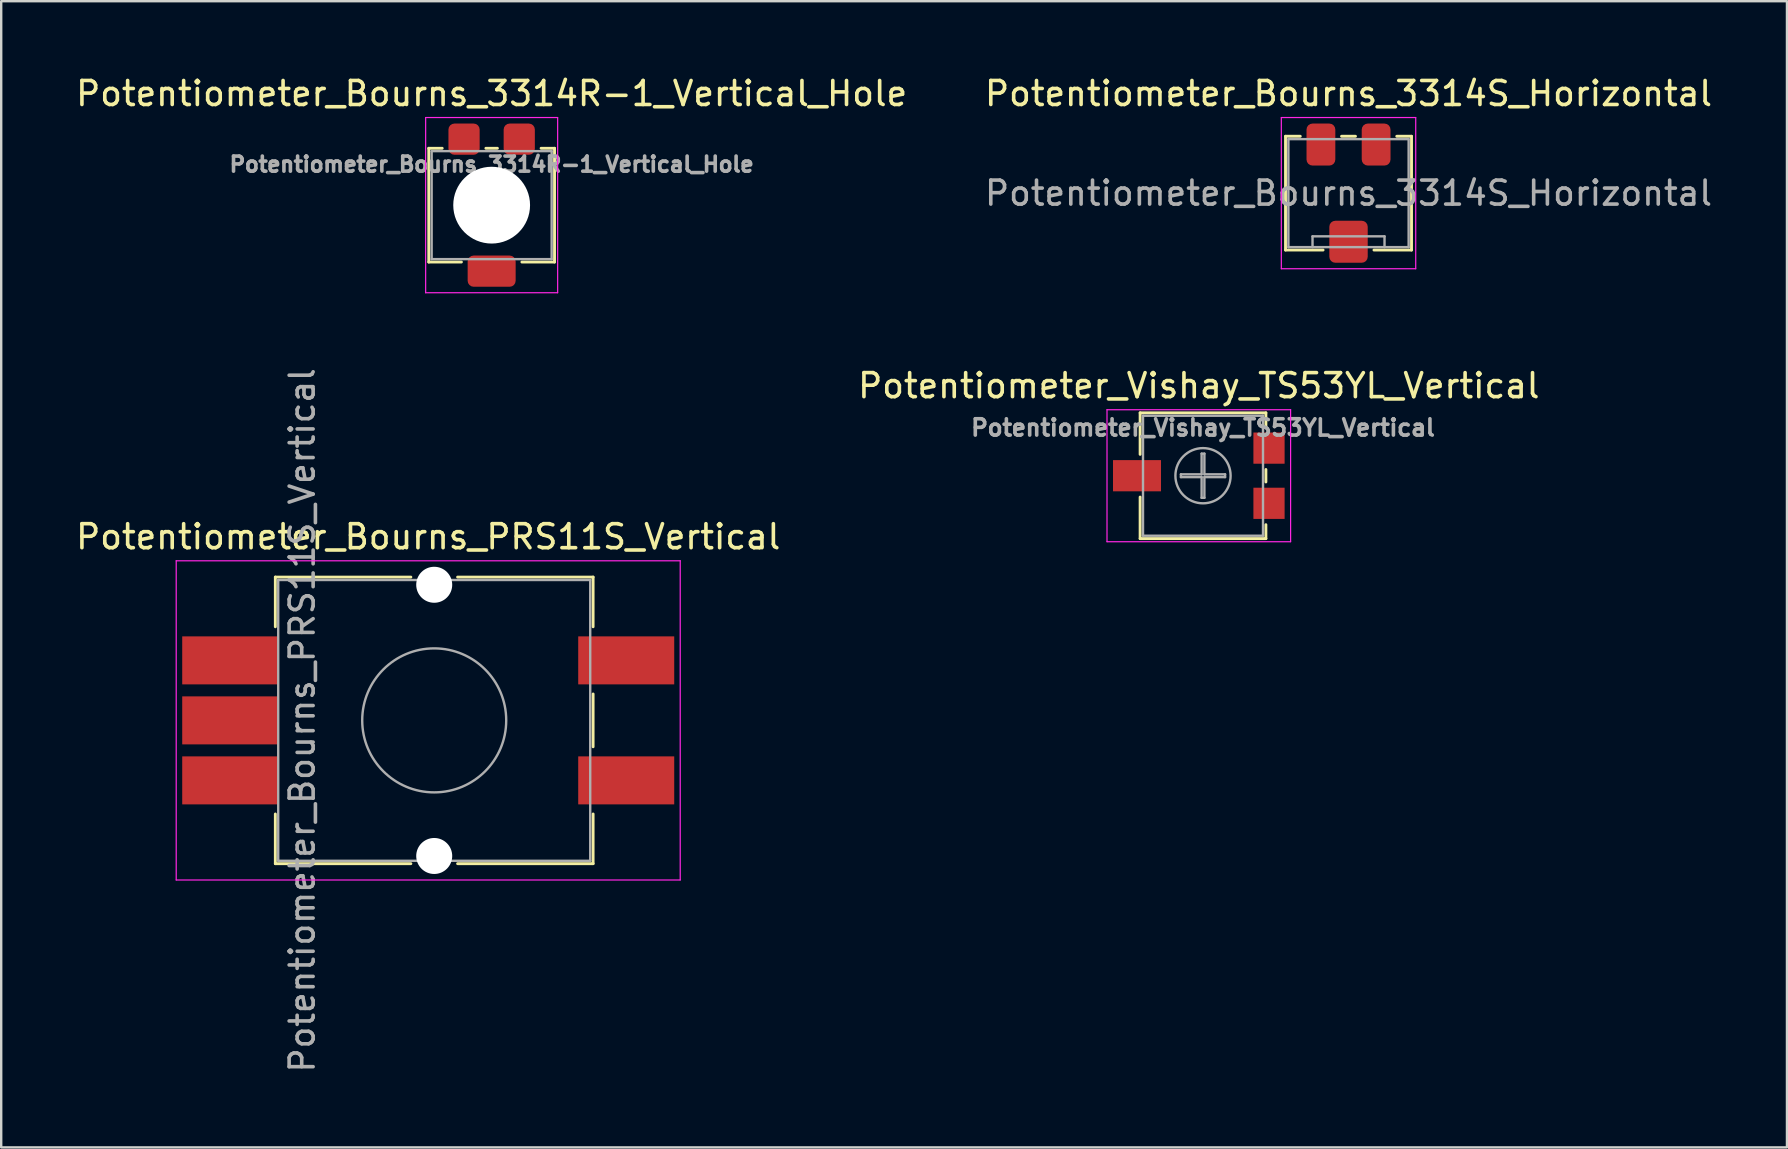
<source format=kicad_pcb>
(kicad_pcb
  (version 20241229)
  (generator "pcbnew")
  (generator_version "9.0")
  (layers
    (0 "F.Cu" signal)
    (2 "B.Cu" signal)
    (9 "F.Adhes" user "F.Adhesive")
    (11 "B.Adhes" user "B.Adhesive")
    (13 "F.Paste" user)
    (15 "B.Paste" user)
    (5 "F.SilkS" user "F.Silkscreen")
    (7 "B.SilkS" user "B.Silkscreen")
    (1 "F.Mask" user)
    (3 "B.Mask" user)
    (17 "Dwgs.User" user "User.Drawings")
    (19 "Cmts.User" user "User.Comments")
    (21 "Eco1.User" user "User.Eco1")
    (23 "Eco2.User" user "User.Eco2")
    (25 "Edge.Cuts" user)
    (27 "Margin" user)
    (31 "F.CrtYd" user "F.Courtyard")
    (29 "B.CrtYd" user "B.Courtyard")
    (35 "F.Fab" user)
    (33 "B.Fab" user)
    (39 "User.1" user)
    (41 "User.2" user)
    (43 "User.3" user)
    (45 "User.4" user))
  (footprint "Potentiometer_Bourns_PRS11S_Vertical"
    (layer "F.Cu")
    (at 14.792 26.965)
    (property "Reference" "Potentiometer_Bourns_PRS11S_Vertical" (at 0 -7.65 0) (layer "F.SilkS") (effects (font (size 1 1) (thickness 0.15))))
    (attr smd)
    (fp_line (start -6.37 -5.97) (end -6.37 -3.9) (stroke (width 0.12) (type solid)) (layer "F.SilkS"))
    (fp_line (start -6.37 -5.97) (end -0.723 -5.97) (stroke (width 0.12) (type solid)) (layer "F.SilkS"))
    (fp_line (start -6.37 3.9) (end -6.37 5.97) (stroke (width 0.12) (type solid)) (layer "F.SilkS"))
    (fp_line (start -6.37 5.97) (end -0.723 5.97) (stroke (width 0.12) (type solid)) (layer "F.SilkS"))
    (fp_line (start 1.224 -5.97) (end 6.87 -5.97) (stroke (width 0.12) (type solid)) (layer "F.SilkS"))
    (fp_line (start 1.224 5.97) (end 6.87 5.97) (stroke (width 0.12) (type solid)) (layer "F.SilkS"))
    (fp_line (start 6.87 -5.97) (end 6.87 -3.9) (stroke (width 0.12) (type solid)) (layer "F.SilkS"))
    (fp_line (start 6.87 -1.1) (end 6.87 1.1) (stroke (width 0.12) (type solid)) (layer "F.SilkS"))
    (fp_line (start 6.87 3.9) (end 6.87 5.97) (stroke (width 0.12) (type solid)) (layer "F.SilkS"))
    (fp_line (start -10.5 -6.65) (end -10.5 6.65) (stroke (width 0.05) (type solid)) (layer "F.CrtYd"))
    (fp_line (start -10.5 6.65) (end 10.5 6.65) (stroke (width 0.05) (type solid)) (layer "F.CrtYd"))
    (fp_line (start 10.5 -6.65) (end -10.5 -6.65) (stroke (width 0.05) (type solid)) (layer "F.CrtYd"))
    (fp_line (start 10.5 6.65) (end 10.5 -6.65) (stroke (width 0.05) (type solid)) (layer "F.CrtYd"))
    (fp_line (start -6.25 -5.85) (end -6.25 5.85) (stroke (width 0.1) (type solid)) (layer "F.Fab"))
    (fp_line (start -6.25 5.85) (end 6.75 5.85) (stroke (width 0.1) (type solid)) (layer "F.Fab"))
    (fp_line (start 6.75 -5.85) (end -6.25 -5.85) (stroke (width 0.1) (type solid)) (layer "F.Fab"))
    (fp_line (start 6.75 5.85) (end 6.75 -5.85) (stroke (width 0.1) (type solid)) (layer "F.Fab"))
    (fp_circle (center 0.25 0) (end 3.25 0) (stroke (width 0.1) (type solid)) (fill no) (layer "F.Fab"))
    (fp_text user "${REFERENCE}" (at -5.25 0 90) (layer "F.Fab") (effects (font (size 1 1) (thickness 0.15))))
    (pad "" np_thru_hole circle (at 0.25 -5.65) (size 1.5 1.5) (drill 1.5) (layers "*.Cu" "*.Mask"))
    (pad "" np_thru_hole circle (at 0.25 5.65) (size 1.5 1.5) (drill 1.5) (layers "*.Cu" "*.Mask"))
    (pad "1" smd rect (at -8.25 -2.5) (size 4 2) (layers "F.Cu" "F.Mask" "F.Paste"))
    (pad "2" smd rect (at -8.25 0) (size 4 2) (layers "F.Cu" "F.Mask" "F.Paste"))
    (pad "3" smd rect (at -8.25 2.5) (size 4 2) (layers "F.Cu" "F.Mask" "F.Paste"))
    (pad "4" smd rect (at 8.25 -2.5) (size 4 2) (layers "F.Cu" "F.Mask" "F.Paste"))
    (pad "5" smd rect (at 8.25 2.5) (size 4 2) (layers "F.Cu" "F.Mask" "F.Paste")))
  (footprint "Potentiometer_Bourns_3314S_Horizontal"
    (layer "F.Cu")
    (at 53.137 4.998)
    (property "Reference" "Potentiometer_Bourns_3314S_Horizontal" (at 0 -4.15 0) (layer "F.SilkS") (effects (font (size 1 1) (thickness 0.15))))
    (attr smd)
    (fp_line (start -2.625 -2.37) (end -2.625 2.37) (stroke (width 0.12) (type solid)) (layer "F.SilkS"))
    (fp_line (start -2.625 -2.37) (end -2.01 -2.37) (stroke (width 0.12) (type solid)) (layer "F.SilkS"))
    (fp_line (start -2.625 2.37) (end -1.06 2.37) (stroke (width 0.12) (type solid)) (layer "F.SilkS"))
    (fp_line (start -0.29 -2.37) (end 0.29 -2.37) (stroke (width 0.12) (type solid)) (layer "F.SilkS"))
    (fp_line (start 1.06 2.37) (end 2.625 2.37) (stroke (width 0.12) (type solid)) (layer "F.SilkS"))
    (fp_line (start 2.01 -2.37) (end 2.625 -2.37) (stroke (width 0.12) (type solid)) (layer "F.SilkS"))
    (fp_line (start 2.625 -2.37) (end 2.625 2.37) (stroke (width 0.12) (type solid)) (layer "F.SilkS"))
    (fp_line (start -2.8 -3.15) (end -2.8 3.15) (stroke (width 0.05) (type solid)) (layer "F.CrtYd"))
    (fp_line (start -2.8 3.15) (end 2.8 3.15) (stroke (width 0.05) (type solid)) (layer "F.CrtYd"))
    (fp_line (start 2.8 -3.15) (end -2.8 -3.15) (stroke (width 0.05) (type solid)) (layer "F.CrtYd"))
    (fp_line (start 2.8 3.15) (end 2.8 -3.15) (stroke (width 0.05) (type solid)) (layer "F.CrtYd"))
    (fp_line (start -2.505 -2.25) (end -2.505 2.25) (stroke (width 0.1) (type solid)) (layer "F.Fab"))
    (fp_line (start -2.505 2.25) (end 2.505 2.25) (stroke (width 0.1) (type solid)) (layer "F.Fab"))
    (fp_line (start -1.5 1.8) (end -1.5 2.25) (stroke (width 0.1) (type solid)) (layer "F.Fab"))
    (fp_line (start 1.5 1.8) (end -1.5 1.8) (stroke (width 0.1) (type solid)) (layer "F.Fab"))
    (fp_line (start 1.5 1.8) (end 1.5 2.25) (stroke (width 0.1) (type solid)) (layer "F.Fab"))
    (fp_line (start 2.505 -2.25) (end -2.505 -2.25) (stroke (width 0.1) (type solid)) (layer "F.Fab"))
    (fp_line (start 2.505 2.25) (end 2.505 -2.25) (stroke (width 0.1) (type solid)) (layer "F.Fab"))
    (fp_text user "${REFERENCE}" (at 0 0 0) (layer "F.Fab") (effects (font (size 1 1) (thickness 0.15))))
    (pad "1" smd roundrect (at -1.15 -2.025) (size 1.2 1.75) (layers "F.Cu" "F.Mask" "F.Paste") (roundrect_rratio 0.208))
    (pad "2" smd roundrect (at 0 2.025) (size 1.6 1.75) (layers "F.Cu" "F.Mask" "F.Paste") (roundrect_rratio 0.156))
    (pad "3" smd roundrect (at 1.15 -2.025) (size 1.2 1.75) (layers "F.Cu" "F.Mask" "F.Paste") (roundrect_rratio 0.211)))
  (footprint "Potentiometer_Vishay_TS53YL_Vertical"
    (layer "F.Cu")
    (at 47.074 16.771)
    (property "Reference" "Potentiometer_Vishay_TS53YL_Vertical" (at -0.175 -3.75 0) (layer "F.SilkS") (effects (font (size 1 1) (thickness 0.15))))
    (attr smd)
    (fp_line (start -2.62 -2.62) (end -2.62 -0.89) (stroke (width 0.12) (type solid)) (layer "F.SilkS"))
    (fp_line (start -2.62 -2.62) (end 2.62 -2.62) (stroke (width 0.12) (type solid)) (layer "F.SilkS"))
    (fp_line (start -2.62 0.89) (end -2.62 2.62) (stroke (width 0.12) (type solid)) (layer "F.SilkS"))
    (fp_line (start -2.62 2.62) (end 2.62 2.62) (stroke (width 0.12) (type solid)) (layer "F.SilkS"))
    (fp_line (start 2.62 -2.62) (end 2.62 -2.039) (stroke (width 0.12) (type solid)) (layer "F.SilkS"))
    (fp_line (start 2.62 -0.26) (end 2.62 0.26) (stroke (width 0.12) (type solid)) (layer "F.SilkS"))
    (fp_line (start 2.62 2.04) (end 2.62 2.62) (stroke (width 0.12) (type solid)) (layer "F.SilkS"))
    (fp_line (start -4 -2.75) (end -4 2.75) (stroke (width 0.05) (type solid)) (layer "F.CrtYd"))
    (fp_line (start -4 2.75) (end 3.65 2.75) (stroke (width 0.05) (type solid)) (layer "F.CrtYd"))
    (fp_line (start 3.65 -2.75) (end -4 -2.75) (stroke (width 0.05) (type solid)) (layer "F.CrtYd"))
    (fp_line (start 3.65 2.75) (end 3.65 -2.75) (stroke (width 0.05) (type solid)) (layer "F.CrtYd"))
    (fp_line (start -2.5 -2.5) (end -2.5 2.5) (stroke (width 0.1) (type solid)) (layer "F.Fab"))
    (fp_line (start -2.5 2.5) (end 2.5 2.5) (stroke (width 0.1) (type solid)) (layer "F.Fab"))
    (fp_line (start -0.92 -0.058) (end -0.058 -0.058) (stroke (width 0.1) (type solid)) (layer "F.Fab"))
    (fp_line (start -0.92 0.058) (end -0.92 -0.058) (stroke (width 0.1) (type solid)) (layer "F.Fab"))
    (fp_line (start -0.058 -0.92) (end 0.058 -0.92) (stroke (width 0.1) (type solid)) (layer "F.Fab"))
    (fp_line (start -0.058 -0.058) (end -0.058 -0.92) (stroke (width 0.1) (type solid)) (layer "F.Fab"))
    (fp_line (start -0.058 0.058) (end -0.92 0.058) (stroke (width 0.1) (type solid)) (layer "F.Fab"))
    (fp_line (start -0.058 0.92) (end -0.058 0.058) (stroke (width 0.1) (type solid)) (layer "F.Fab"))
    (fp_line (start 0.058 -0.92) (end 0.058 -0.058) (stroke (width 0.1) (type solid)) (layer "F.Fab"))
    (fp_line (start 0.058 -0.058) (end 0.92 -0.058) (stroke (width 0.1) (type solid)) (layer "F.Fab"))
    (fp_line (start 0.058 0.058) (end 0.058 0.92) (stroke (width 0.1) (type solid)) (layer "F.Fab"))
    (fp_line (start 0.058 0.92) (end -0.058 0.92) (stroke (width 0.1) (type solid)) (layer "F.Fab"))
    (fp_line (start 0.92 -0.058) (end 0.92 0.058) (stroke (width 0.1) (type solid)) (layer "F.Fab"))
    (fp_line (start 0.92 0.058) (end 0.058 0.058) (stroke (width 0.1) (type solid)) (layer "F.Fab"))
    (fp_line (start 2.5 -2.5) (end -2.5 -2.5) (stroke (width 0.1) (type solid)) (layer "F.Fab"))
    (fp_line (start 2.5 2.5) (end 2.5 -2.5) (stroke (width 0.1) (type solid)) (layer "F.Fab"))
    (fp_circle (center 0 0) (end 1.15 0) (stroke (width 0.1) (type solid)) (fill no) (layer "F.Fab"))
    (fp_text user "${REFERENCE}" (at 0 -2 0) (layer "F.Fab") (effects (font (size 0.68 0.68) (thickness 0.15))))
    (pad "1" smd rect (at 2.75 -1.15) (size 1.3 1.3) (layers "F.Cu" "F.Mask" "F.Paste"))
    (pad "2" smd rect (at -2.75 0) (size 2 1.3) (layers "F.Cu" "F.Mask" "F.Paste"))
    (pad "3" smd rect (at 2.75 1.15) (size 1.3 1.3) (layers "F.Cu" "F.Mask" "F.Paste")))
  (footprint "Potentiometer_Bourns_3314R-1_Vertical_Hole"
    (layer "F.Cu")
    (at 17.435 5.498)
    (property "Reference" "Potentiometer_Bourns_3314R-1_Vertical_Hole" (at 0 -4.65 0) (layer "F.SilkS") (effects (font (size 1 1) (thickness 0.15))))
    (attr smd)
    (fp_line (start -2.62 -2.37) (end -2.62 2.37) (stroke (width 0.12) (type solid)) (layer "F.SilkS"))
    (fp_line (start -2.62 -2.37) (end -2.06 -2.37) (stroke (width 0.12) (type solid)) (layer "F.SilkS"))
    (fp_line (start -2.62 2.37) (end -1.26 2.37) (stroke (width 0.12) (type solid)) (layer "F.SilkS"))
    (fp_line (start -0.24 -2.37) (end 0.24 -2.37) (stroke (width 0.12) (type solid)) (layer "F.SilkS"))
    (fp_line (start 1.26 2.37) (end 2.62 2.37) (stroke (width 0.12) (type solid)) (layer "F.SilkS"))
    (fp_line (start 2.06 -2.37) (end 2.62 -2.37) (stroke (width 0.12) (type solid)) (layer "F.SilkS"))
    (fp_line (start 2.62 -2.37) (end 2.62 2.37) (stroke (width 0.12) (type solid)) (layer "F.SilkS"))
    (fp_line (start -2.75 -3.65) (end -2.75 3.65) (stroke (width 0.05) (type solid)) (layer "F.CrtYd"))
    (fp_line (start -2.75 3.65) (end 2.75 3.65) (stroke (width 0.05) (type solid)) (layer "F.CrtYd"))
    (fp_line (start 2.75 -3.65) (end -2.75 -3.65) (stroke (width 0.05) (type solid)) (layer "F.CrtYd"))
    (fp_line (start 2.75 3.65) (end 2.75 -3.65) (stroke (width 0.05) (type solid)) (layer "F.CrtYd"))
    (fp_line (start -2.5 -2.25) (end -2.5 2.25) (stroke (width 0.1) (type solid)) (layer "F.Fab"))
    (fp_line (start -2.5 2.25) (end 2.5 2.25) (stroke (width 0.1) (type solid)) (layer "F.Fab"))
    (fp_line (start 2.5 -2.25) (end -2.5 -2.25) (stroke (width 0.1) (type solid)) (layer "F.Fab"))
    (fp_line (start 2.5 2.25) (end 2.5 -2.25) (stroke (width 0.1) (type solid)) (layer "F.Fab"))
    (fp_text user "${REFERENCE}" (at 0 -1.7 0) (layer "F.Fab") (effects (font (size 0.63 0.63) (thickness 0.15))))
    (pad "" np_thru_hole circle (at 0 0) (size 3.2 3.2) (drill 3.2) (layers "*.Cu" "*.Mask"))
    (pad "1" smd roundrect (at -1.15 -2.75) (size 1.3 1.3) (layers "F.Cu" "F.Mask" "F.Paste") (roundrect_rratio 0.192))
    (pad "2" smd roundrect (at 0 2.75) (size 2 1.3) (layers "F.Cu" "F.Mask" "F.Paste") (roundrect_rratio 0.192))
    (pad "3" smd roundrect (at 1.15 -2.75) (size 1.3 1.3) (layers "F.Cu" "F.Mask" "F.Paste") (roundrect_rratio 0.192)))
  (gr_rect
    (start -3 -3)
    (end 71.405 44.757)
    (stroke (width 0.1) (type default))
    (fill no)
    (layer "Edge.Cuts")))
</source>
